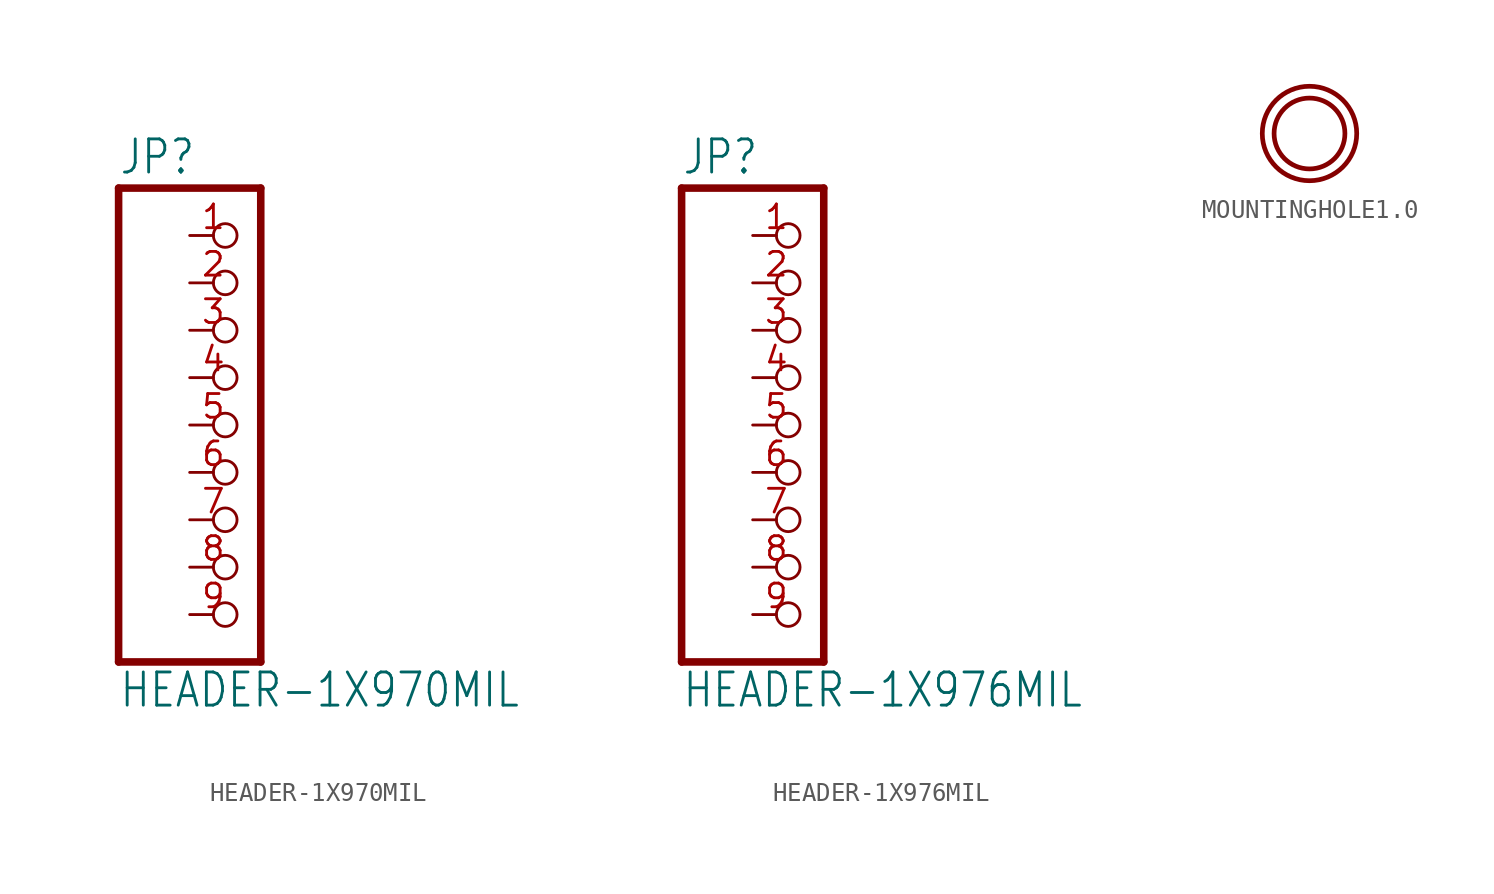
<source format=kicad_sym>
(kicad_symbol_lib
  (version 20211014)
  (generator kicad_symbol_editor)
  (symbol "HEADER-1X970MIL"
    (property "Reference" "JP"
      (at -6.35 13.335 0)
      (effects (font (size 1.778 1.511)) (justify left bottom)))
    (property "Value" "HEADER-1X970MIL"
      (at -6.35 -15.24 0)
      (effects (font (size 1.778 1.511)) (justify left bottom)))
    (property "ki_locked" ""
      (at 0 0 0)
      (effects (font (size 1.27 1.27))))
    (symbol "HEADER-1X970MIL_1_0"
      (polyline (pts (xy -6.35 -12.7) (xy 1.27 -12.7)) (stroke (width 0.406) (type default) (color 0 0 0 0)) (fill (type none)))
      (polyline (pts (xy -6.35 12.7) (xy -6.35 -12.7)) (stroke (width 0.406) (type default) (color 0 0 0 0)) (fill (type none)))
      (polyline (pts (xy 1.27 -12.7) (xy 1.27 12.7)) (stroke (width 0.406) (type default) (color 0 0 0 0)) (fill (type none)))
      (polyline (pts (xy 1.27 12.7) (xy -6.35 12.7)) (stroke (width 0.406) (type default) (color 0 0 0 0)) (fill (type none)))
      (pin passive inverted (at -2.54 10.16 0) (length 2.54) (name "1" (effects (font (size 0 0)))) (number "1" (effects (font (size 1.27 1.27)))))
      (pin passive inverted (at -2.54 7.62 0) (length 2.54) (name "2" (effects (font (size 0 0)))) (number "2" (effects (font (size 1.27 1.27)))))
      (pin passive inverted (at -2.54 5.08 0) (length 2.54) (name "3" (effects (font (size 0 0)))) (number "3" (effects (font (size 1.27 1.27)))))
      (pin passive inverted (at -2.54 2.54 0) (length 2.54) (name "4" (effects (font (size 0 0)))) (number "4" (effects (font (size 1.27 1.27)))))
      (pin passive inverted (at -2.54 0 0) (length 2.54) (name "5" (effects (font (size 0 0)))) (number "5" (effects (font (size 1.27 1.27)))))
      (pin passive inverted (at -2.54 -2.54 0) (length 2.54) (name "6" (effects (font (size 0 0)))) (number "6" (effects (font (size 1.27 1.27)))))
      (pin passive inverted (at -2.54 -5.08 0) (length 2.54) (name "7" (effects (font (size 0 0)))) (number "7" (effects (font (size 1.27 1.27)))))
      (pin passive inverted (at -2.54 -7.62 0) (length 2.54) (name "8" (effects (font (size 0 0)))) (number "8" (effects (font (size 1.27 1.27)))))
      (pin passive inverted (at -2.54 -10.16 0) (length 2.54) (name "9" (effects (font (size 0 0)))) (number "9" (effects (font (size 1.27 1.27)))))))
  (symbol "HEADER-1X976MIL"
    (property "Reference" "JP"
      (at -6.35 13.335 0)
      (effects (font (size 1.778 1.511)) (justify left bottom)))
    (property "Value" "HEADER-1X976MIL"
      (at -6.35 -15.24 0)
      (effects (font (size 1.778 1.511)) (justify left bottom)))
    (property "ki_locked" ""
      (at 0 0 0)
      (effects (font (size 1.27 1.27))))
    (symbol "HEADER-1X976MIL_1_0"
      (polyline (pts (xy -6.35 -12.7) (xy 1.27 -12.7)) (stroke (width 0.406) (type default) (color 0 0 0 0)) (fill (type none)))
      (polyline (pts (xy -6.35 12.7) (xy -6.35 -12.7)) (stroke (width 0.406) (type default) (color 0 0 0 0)) (fill (type none)))
      (polyline (pts (xy 1.27 -12.7) (xy 1.27 12.7)) (stroke (width 0.406) (type default) (color 0 0 0 0)) (fill (type none)))
      (polyline (pts (xy 1.27 12.7) (xy -6.35 12.7)) (stroke (width 0.406) (type default) (color 0 0 0 0)) (fill (type none)))
      (pin passive inverted (at -2.54 10.16 0) (length 2.54) (name "1" (effects (font (size 0 0)))) (number "1" (effects (font (size 1.27 1.27)))))
      (pin passive inverted (at -2.54 7.62 0) (length 2.54) (name "2" (effects (font (size 0 0)))) (number "2" (effects (font (size 1.27 1.27)))))
      (pin passive inverted (at -2.54 5.08 0) (length 2.54) (name "3" (effects (font (size 0 0)))) (number "3" (effects (font (size 1.27 1.27)))))
      (pin passive inverted (at -2.54 2.54 0) (length 2.54) (name "4" (effects (font (size 0 0)))) (number "4" (effects (font (size 1.27 1.27)))))
      (pin passive inverted (at -2.54 0 0) (length 2.54) (name "5" (effects (font (size 0 0)))) (number "5" (effects (font (size 1.27 1.27)))))
      (pin passive inverted (at -2.54 -2.54 0) (length 2.54) (name "6" (effects (font (size 0 0)))) (number "6" (effects (font (size 1.27 1.27)))))
      (pin passive inverted (at -2.54 -5.08 0) (length 2.54) (name "7" (effects (font (size 0 0)))) (number "7" (effects (font (size 1.27 1.27)))))
      (pin passive inverted (at -2.54 -7.62 0) (length 2.54) (name "8" (effects (font (size 0 0)))) (number "8" (effects (font (size 1.27 1.27)))))
      (pin passive inverted (at -2.54 -10.16 0) (length 2.54) (name "9" (effects (font (size 0 0)))) (number "9" (effects (font (size 1.27 1.27)))))))
  (symbol "MOUNTINGHOLE1.0"
    (property "Reference" ""
      (at 0 0 0)
      (effects (font (size 1.27 1.27)) hide))
    (property "ki_locked" ""
      (at 0 0 0)
      (effects (font (size 1.27 1.27))))
    (symbol "MOUNTINGHOLE1.0_1_0"
      (circle (center 0 0) (radius 1.905) (stroke (width 0.254) (type default) (color 0 0 0 0)) (fill (type none)))
      (circle (center 0 0) (radius 2.54) (stroke (width 0.254) (type default) (color 0 0 0 0)) (fill (type none))))))
</source>
